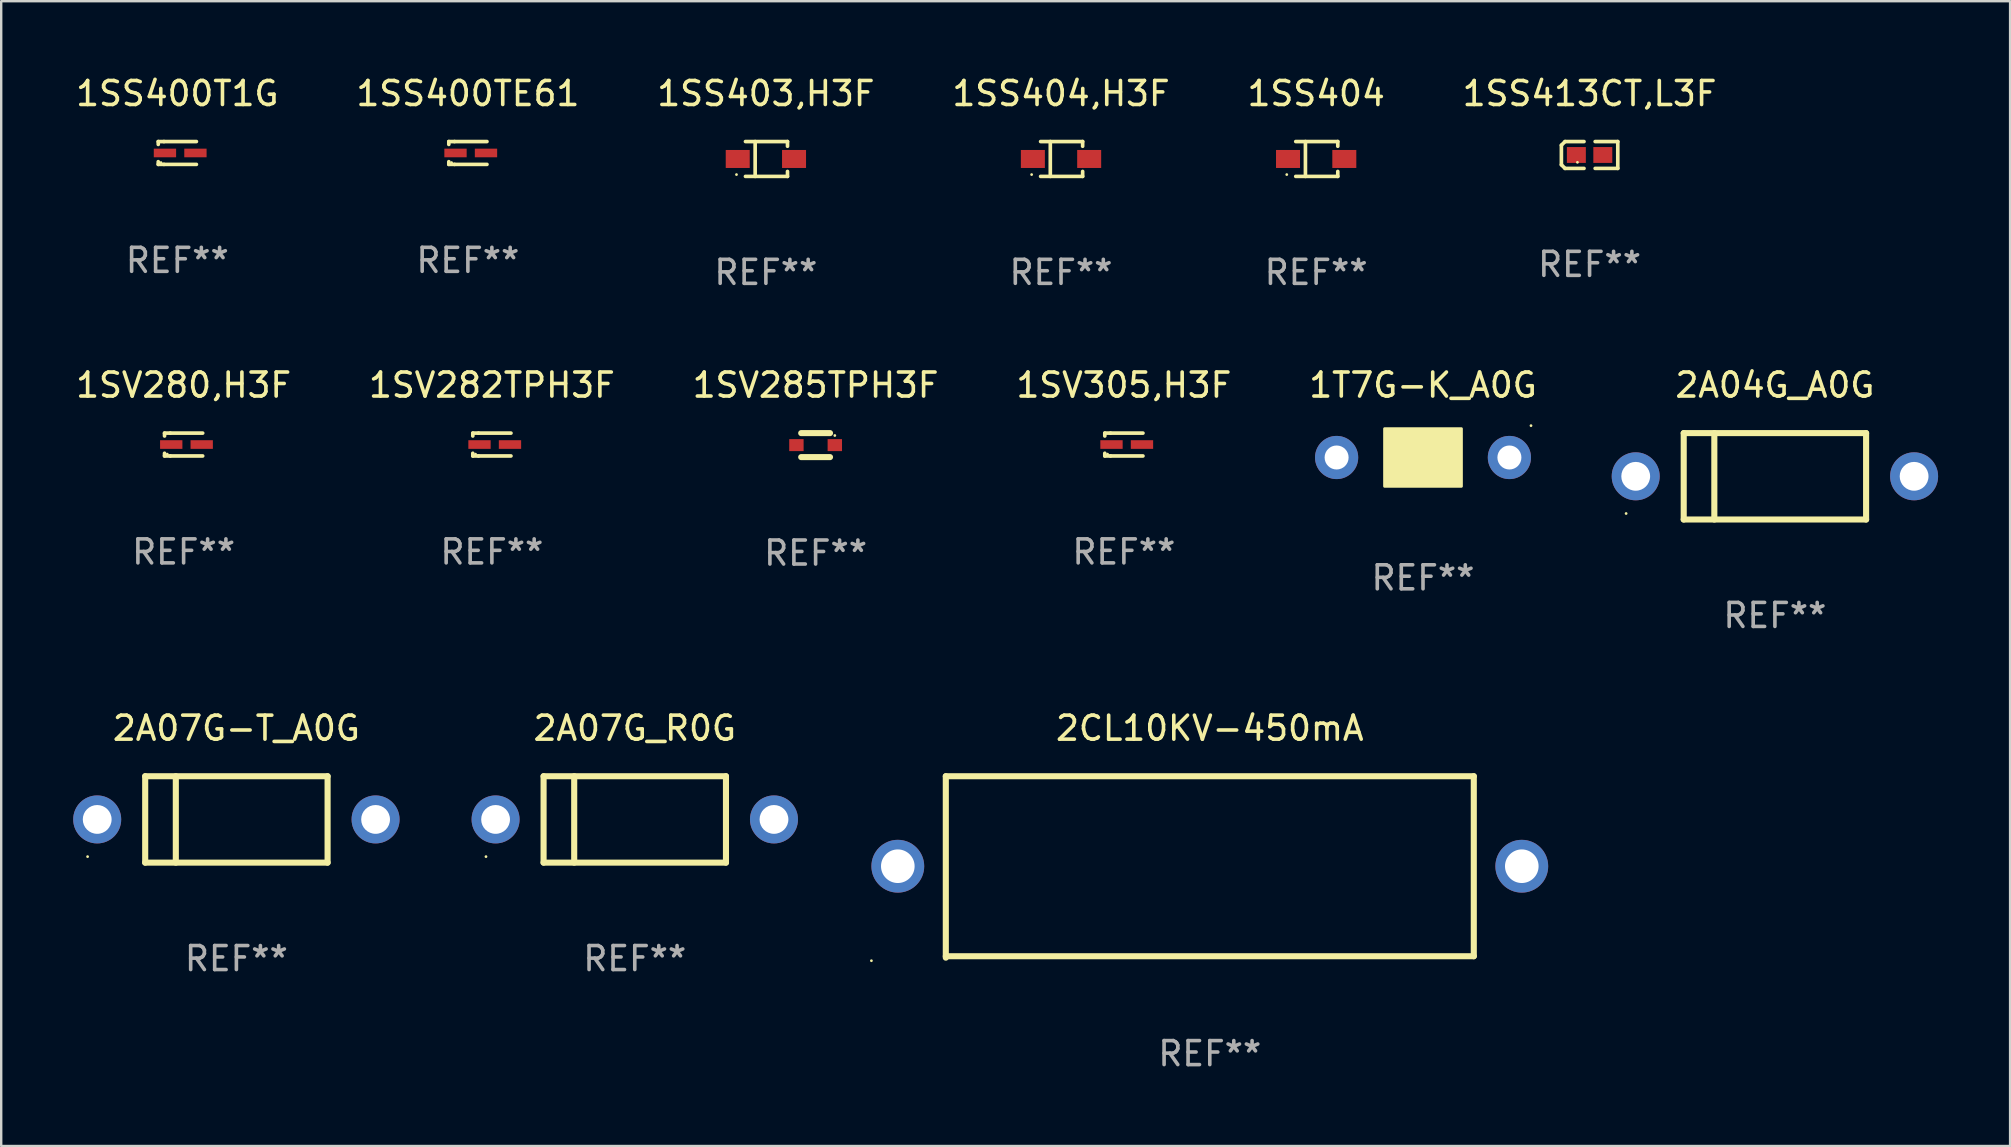
<source format=kicad_pcb>
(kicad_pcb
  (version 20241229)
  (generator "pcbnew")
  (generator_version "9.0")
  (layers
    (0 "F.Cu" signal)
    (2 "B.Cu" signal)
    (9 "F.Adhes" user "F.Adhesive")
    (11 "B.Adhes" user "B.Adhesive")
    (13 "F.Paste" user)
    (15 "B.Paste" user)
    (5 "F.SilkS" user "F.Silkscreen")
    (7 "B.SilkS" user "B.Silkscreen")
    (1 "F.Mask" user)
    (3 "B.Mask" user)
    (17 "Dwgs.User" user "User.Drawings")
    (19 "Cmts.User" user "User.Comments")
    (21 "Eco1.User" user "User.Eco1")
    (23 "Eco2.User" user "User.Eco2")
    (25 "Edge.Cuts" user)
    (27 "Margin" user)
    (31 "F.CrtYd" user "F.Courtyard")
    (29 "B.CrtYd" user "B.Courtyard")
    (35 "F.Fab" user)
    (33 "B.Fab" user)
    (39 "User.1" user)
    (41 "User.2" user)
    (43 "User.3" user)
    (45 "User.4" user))
  (footprint "2CL10KV-450mA"
    (layer "F.Cu")
    (at 47.36 33.074)
    (property "Reference" "2CL10KV-450mA" (at 0 -5.78 0) (layer "F.SilkS") (effects (font (size 1 1) (thickness 0.15))))
    (attr through_hole)
    (fp_line (start -11 -3.78) (end -11 3.78) (stroke (width 0.254) (type solid)) (layer "F.SilkS"))
    (fp_line (start -11 -3.78) (end 11 -3.78) (stroke (width 0.254) (type solid)) (layer "F.SilkS"))
    (fp_line (start -11 3.72) (end 11 3.72) (stroke (width 0.254) (type solid)) (layer "F.SilkS"))
    (fp_line (start 11 -3.78) (end 11 3.72) (stroke (width 0.254) (type solid)) (layer "F.SilkS"))
    (fp_circle (center -14.1 3.907) (end -14.07 3.907) (stroke (width 0.06) (type solid)) (fill no) (layer "F.SilkS"))
    (fp_text user "REF**" (at 0 7.78 0) (layer "F.Fab") (effects (font (size 1 1) (thickness 0.15))))
    (pad "1" thru_hole circle (at -13 -0.03) (size 2.2 2.2) (drill 1.4) (layers "*.Cu" "*.Mask"))
    (pad "2" thru_hole circle (at 13 -0.03) (size 2.2 2.2) (drill 1.4) (layers "*.Cu" "*.Mask")))
  (footprint "1SV285TPH3F"
    (layer "F.Cu")
    (at 30.935 15.497)
    (property "Reference" "1SV285TPH3F" (at 0 -2.5 0) (layer "F.SilkS") (effects (font (size 1 1) (thickness 0.15))))
    (attr through_hole)
    (fp_line (start -0.6 -0.5) (end 0.6 -0.5) (stroke (width 0.254) (type solid)) (layer "F.SilkS"))
    (fp_line (start -0.6 0.5) (end 0.6 0.5) (stroke (width 0.254) (type solid)) (layer "F.SilkS"))
    (fp_circle (center 0.8 -0.4) (end 0.83 -0.4) (stroke (width 0.06) (type solid)) (fill no) (layer "F.SilkS"))
    (fp_text user "REF**" (at 0 4.5 0) (layer "F.Fab") (effects (font (size 1 1) (thickness 0.15))))
    (pad "1" smd rect (at -0.8 0 90) (size 0.5 0.6) (layers "F.Cu" "F.Mask" "F.Paste"))
    (pad "2" smd rect (at 0.8 0 90) (size 0.5 0.6) (layers "F.Cu" "F.Mask" "F.Paste")))
  (footprint "1SS413CT,L3F"
    (layer "F.Cu")
    (at 63.185 3.408)
    (property "Reference" "1SS413CT,L3F" (at 0 -2.559 0) (layer "F.SilkS") (effects (font (size 1 1) (thickness 0.15))))
    (attr through_hole)
    (fp_line (start -1.175 -0.407) (end -1.023 -0.559) (stroke (width 0.152) (type solid)) (layer "F.SilkS"))
    (fp_line (start -1.175 0.407) (end -1.175 -0.407) (stroke (width 0.152) (type solid)) (layer "F.SilkS"))
    (fp_line (start -1.023 -0.559) (end -0.232 -0.559) (stroke (width 0.152) (type solid)) (layer "F.SilkS"))
    (fp_line (start -1.023 0.559) (end -1.175 0.407) (stroke (width 0.152) (type solid)) (layer "F.SilkS"))
    (fp_line (start -0.232 0.559) (end -1.023 0.559) (stroke (width 0.152) (type solid)) (layer "F.SilkS"))
    (fp_line (start 0.232 0.559) (end 1.175 0.559) (stroke (width 0.152) (type solid)) (layer "F.SilkS"))
    (fp_line (start 1.175 -0.559) (end 0.232 -0.559) (stroke (width 0.152) (type solid)) (layer "F.SilkS"))
    (fp_line (start 1.175 0.559) (end 1.175 -0.559) (stroke (width 0.152) (type solid)) (layer "F.SilkS"))
    (fp_circle (center -0.506 0.306) (end -0.476 0.306) (stroke (width 0.06) (type solid)) (fill no) (layer "F.SilkS"))
    (fp_text user "REF**" (at 0 4.559 0) (layer "F.Fab") (effects (font (size 1 1) (thickness 0.15))))
    (pad "1" smd rect (at -0.551 0) (size 0.79 0.661) (layers "F.Cu" "F.Mask" "F.Paste"))
    (pad "2" smd rect (at 0.551 0) (size 0.79 0.661) (layers "F.Cu" "F.Mask" "F.Paste")))
  (footprint "2A07G-T_A0G"
    (layer "F.Cu")
    (at 6.8 31.094)
    (property "Reference" "2A07G-T_A0G" (at 0 -3.8 0) (layer "F.SilkS") (effects (font (size 1 1) (thickness 0.15))))
    (attr through_hole)
    (fp_line (start -3.8 -1.8) (end -3.8 1.8) (stroke (width 0.254) (type solid)) (layer "F.SilkS"))
    (fp_line (start -3.8 -1.8) (end 3.8 -1.8) (stroke (width 0.254) (type solid)) (layer "F.SilkS"))
    (fp_line (start -3.8 1.8) (end 3.8 1.8) (stroke (width 0.254) (type solid)) (layer "F.SilkS"))
    (fp_line (start -2.524 -1.8) (end -2.524 1.8) (stroke (width 0.254) (type solid)) (layer "F.SilkS"))
    (fp_line (start 3.8 -1.8) (end 3.8 1.8) (stroke (width 0.254) (type solid)) (layer "F.SilkS"))
    (fp_circle (center -6.2 1.55) (end -6.17 1.55) (stroke (width 0.06) (type solid)) (fill no) (layer "F.SilkS"))
    (fp_text user "REF**" (at 0 5.8 0) (layer "F.Fab") (effects (font (size 1 1) (thickness 0.15))))
    (pad "1" thru_hole circle (at -5.8 0) (size 2 2) (drill 1.2) (layers "*.Cu" "*.Mask"))
    (pad "2" thru_hole circle (at 5.8 0) (size 2 2) (drill 1.2) (layers "*.Cu" "*.Mask")))
  (footprint "1SS400TE61"
    (layer "F.Cu")
    (at 16.446 3.324)
    (property "Reference" "1SS400TE61" (at 0 -2.476 0) (layer "F.SilkS") (effects (font (size 1 1) (thickness 0.15))))
    (attr through_hole)
    (fp_line (start -0.795 -0.476) (end -0.795 -0.356) (stroke (width 0.152) (type solid)) (layer "F.SilkS"))
    (fp_line (start -0.795 0.363) (end -0.795 0.476) (stroke (width 0.152) (type solid)) (layer "F.SilkS"))
    (fp_line (start -0.795 0.476) (end -0.557 0.476) (stroke (width 0.152) (type solid)) (layer "F.SilkS"))
    (fp_line (start -0.557 -0.476) (end -0.795 -0.476) (stroke (width 0.152) (type solid)) (layer "F.SilkS"))
    (fp_line (start -0.557 -0.476) (end 0.795 -0.476) (stroke (width 0.152) (type solid)) (layer "F.SilkS"))
    (fp_line (start -0.557 0.476) (end 0.795 0.476) (stroke (width 0.152) (type solid)) (layer "F.SilkS"))
    (fp_circle (center -0.681 0.4) (end -0.651 0.4) (stroke (width 0.06) (type solid)) (fill no) (layer "F.SilkS"))
    (fp_text user "REF**" (at 0 4.476 0) (layer "F.Fab") (effects (font (size 1 1) (thickness 0.15))))
    (pad "1" smd rect (at -0.516 0 180) (size 0.93 0.36) (layers "F.Cu" "F.Mask" "F.Paste"))
    (pad "2" smd rect (at 0.754 0 180) (size 0.93 0.36) (layers "F.Cu" "F.Mask" "F.Paste")))
  (footprint "1SV305,H3F"
    (layer "F.Cu")
    (at 43.78 15.473)
    (property "Reference" "1SV305,H3F" (at 0 -2.476 0) (layer "F.SilkS") (effects (font (size 1 1) (thickness 0.15))))
    (attr through_hole)
    (fp_line (start -0.795 -0.476) (end -0.795 -0.356) (stroke (width 0.152) (type solid)) (layer "F.SilkS"))
    (fp_line (start -0.795 0.363) (end -0.795 0.476) (stroke (width 0.152) (type solid)) (layer "F.SilkS"))
    (fp_line (start -0.795 0.476) (end -0.557 0.476) (stroke (width 0.152) (type solid)) (layer "F.SilkS"))
    (fp_line (start -0.557 -0.476) (end -0.795 -0.476) (stroke (width 0.152) (type solid)) (layer "F.SilkS"))
    (fp_line (start -0.557 -0.476) (end 0.795 -0.476) (stroke (width 0.152) (type solid)) (layer "F.SilkS"))
    (fp_line (start -0.557 0.476) (end 0.795 0.476) (stroke (width 0.152) (type solid)) (layer "F.SilkS"))
    (fp_circle (center -0.681 0.4) (end -0.651 0.4) (stroke (width 0.06) (type solid)) (fill no) (layer "F.SilkS"))
    (fp_text user "REF**" (at 0 4.476 0) (layer "F.Fab") (effects (font (size 1 1) (thickness 0.15))))
    (pad "1" smd rect (at -0.516 0 180) (size 0.93 0.36) (layers "F.Cu" "F.Mask" "F.Paste"))
    (pad "2" smd rect (at 0.754 0 180) (size 0.93 0.36) (layers "F.Cu" "F.Mask" "F.Paste")))
  (footprint "1SS404,H3F"
    (layer "F.Cu")
    (at 41.161 3.574)
    (property "Reference" "1SS404,H3F" (at 0 -2.726 0) (layer "F.SilkS") (effects (font (size 1 1) (thickness 0.15))))
    (attr through_hole)
    (fp_line (start -0.851 -0.726) (end 0.901 -0.726) (stroke (width 0.152) (type solid)) (layer "F.SilkS"))
    (fp_line (start -0.851 0.726) (end 0.901 0.726) (stroke (width 0.152) (type solid)) (layer "F.SilkS"))
    (fp_line (start -0.447 -0.726) (end -0.447 0.726) (stroke (width 0.152) (type solid)) (layer "F.SilkS"))
    (fp_line (start 0.901 -0.726) (end 0.901 -0.53) (stroke (width 0.152) (type solid)) (layer "F.SilkS"))
    (fp_line (start 0.901 0.726) (end 0.901 0.52) (stroke (width 0.152) (type solid)) (layer "F.SilkS"))
    (fp_circle (center -1.225 0.65) (end -1.195 0.65) (stroke (width 0.06) (type solid)) (fill no) (layer "F.SilkS"))
    (fp_text user "REF**" (at 0 4.726 0) (layer "F.Fab") (effects (font (size 1 1) (thickness 0.15))))
    (pad "1" smd rect (at -1.173 0) (size 1 0.75) (layers "F.Cu" "F.Mask" "F.Paste"))
    (pad "2" smd rect (at 1.173 0) (size 1 0.75) (layers "F.Cu" "F.Mask" "F.Paste")))
  (footprint "1SS404"
    (layer "F.Cu")
    (at 51.792 3.574)
    (property "Reference" "1SS404" (at 0 -2.726 0) (layer "F.SilkS") (effects (font (size 1 1) (thickness 0.15))))
    (attr through_hole)
    (fp_line (start -0.851 -0.726) (end 0.901 -0.726) (stroke (width 0.152) (type solid)) (layer "F.SilkS"))
    (fp_line (start -0.851 0.726) (end 0.901 0.726) (stroke (width 0.152) (type solid)) (layer "F.SilkS"))
    (fp_line (start -0.447 -0.726) (end -0.447 0.726) (stroke (width 0.152) (type solid)) (layer "F.SilkS"))
    (fp_line (start 0.901 -0.726) (end 0.901 -0.53) (stroke (width 0.152) (type solid)) (layer "F.SilkS"))
    (fp_line (start 0.901 0.726) (end 0.901 0.52) (stroke (width 0.152) (type solid)) (layer "F.SilkS"))
    (fp_circle (center -1.225 0.65) (end -1.195 0.65) (stroke (width 0.06) (type solid)) (fill no) (layer "F.SilkS"))
    (fp_text user "REF**" (at 0 4.726 0) (layer "F.Fab") (effects (font (size 1 1) (thickness 0.15))))
    (pad "1" smd rect (at -1.173 0) (size 1 0.75) (layers "F.Cu" "F.Mask" "F.Paste"))
    (pad "2" smd rect (at 1.173 0) (size 1 0.75) (layers "F.Cu" "F.Mask" "F.Paste")))
  (footprint "1SV280,H3F"
    (layer "F.Cu")
    (at 4.601 15.473)
    (property "Reference" "1SV280,H3F" (at 0 -2.476 0) (layer "F.SilkS") (effects (font (size 1 1) (thickness 0.15))))
    (attr through_hole)
    (fp_line (start -0.795 -0.476) (end -0.795 -0.356) (stroke (width 0.152) (type solid)) (layer "F.SilkS"))
    (fp_line (start -0.795 0.363) (end -0.795 0.476) (stroke (width 0.152) (type solid)) (layer "F.SilkS"))
    (fp_line (start -0.795 0.476) (end -0.557 0.476) (stroke (width 0.152) (type solid)) (layer "F.SilkS"))
    (fp_line (start -0.557 -0.476) (end -0.795 -0.476) (stroke (width 0.152) (type solid)) (layer "F.SilkS"))
    (fp_line (start -0.557 -0.476) (end 0.795 -0.476) (stroke (width 0.152) (type solid)) (layer "F.SilkS"))
    (fp_line (start -0.557 0.476) (end 0.795 0.476) (stroke (width 0.152) (type solid)) (layer "F.SilkS"))
    (fp_circle (center -0.681 0.4) (end -0.651 0.4) (stroke (width 0.06) (type solid)) (fill no) (layer "F.SilkS"))
    (fp_text user "REF**" (at 0 4.476 0) (layer "F.Fab") (effects (font (size 1 1) (thickness 0.15))))
    (pad "1" smd rect (at -0.516 0 180) (size 0.93 0.36) (layers "F.Cu" "F.Mask" "F.Paste"))
    (pad "2" smd rect (at 0.754 0 180) (size 0.93 0.36) (layers "F.Cu" "F.Mask" "F.Paste")))
  (footprint "1T7G-K_A0G"
    (layer "F.Cu")
    (at 56.244 16.013)
    (property "Reference" "1T7G-K_A0G" (at 0 -3.016 0) (layer "F.SilkS") (effects (font (size 1 1) (thickness 0.15))))
    (attr through_hole)
    (fp_line (start 1.016 -1.016) (end 1.016 1.016) (stroke (width 0.254) (type solid)) (layer "F.SilkS"))
    (fp_circle (center 4.5 -1.327) (end 4.53 -1.327) (stroke (width 0.06) (type solid)) (fill no) (layer "F.SilkS"))
    (fp_poly (pts (xy -1.6 -1.2) (xy 1.6 -1.2) (xy 1.6 1.2) (xy -1.6 1.2)) (stroke (width 0.12) (type solid)) (fill yes) (layer "F.SilkS"))
    (fp_text user "REF**" (at 0 5.016 0) (layer "F.Fab") (effects (font (size 1 1) (thickness 0.15))))
    (pad "1" thru_hole circle (at 3.6 0) (size 1.8 1.8) (drill 1) (layers "*.Cu" "*.Mask"))
    (pad "2" thru_hole circle (at -3.6 0) (size 1.8 1.8) (drill 1) (layers "*.Cu" "*.Mask")))
  (footprint "1SV282TPH3F"
    (layer "F.Cu")
    (at 17.446 15.473)
    (property "Reference" "1SV282TPH3F" (at 0 -2.476 0) (layer "F.SilkS") (effects (font (size 1 1) (thickness 0.15))))
    (attr through_hole)
    (fp_line (start -0.795 -0.476) (end -0.795 -0.356) (stroke (width 0.152) (type solid)) (layer "F.SilkS"))
    (fp_line (start -0.795 0.363) (end -0.795 0.476) (stroke (width 0.152) (type solid)) (layer "F.SilkS"))
    (fp_line (start -0.795 0.476) (end -0.557 0.476) (stroke (width 0.152) (type solid)) (layer "F.SilkS"))
    (fp_line (start -0.557 -0.476) (end -0.795 -0.476) (stroke (width 0.152) (type solid)) (layer "F.SilkS"))
    (fp_line (start -0.557 -0.476) (end 0.795 -0.476) (stroke (width 0.152) (type solid)) (layer "F.SilkS"))
    (fp_line (start -0.557 0.476) (end 0.795 0.476) (stroke (width 0.152) (type solid)) (layer "F.SilkS"))
    (fp_circle (center -0.681 0.4) (end -0.651 0.4) (stroke (width 0.06) (type solid)) (fill no) (layer "F.SilkS"))
    (fp_text user "REF**" (at 0 4.476 0) (layer "F.Fab") (effects (font (size 1 1) (thickness 0.15))))
    (pad "1" smd rect (at -0.516 0 180) (size 0.93 0.36) (layers "F.Cu" "F.Mask" "F.Paste"))
    (pad "2" smd rect (at 0.754 0 180) (size 0.93 0.36) (layers "F.Cu" "F.Mask" "F.Paste")))
  (footprint "2A04G_A0G"
    (layer "F.Cu")
    (at 70.907 16.797)
    (property "Reference" "2A04G_A0G" (at 0 -3.8 0) (layer "F.SilkS") (effects (font (size 1 1) (thickness 0.15))))
    (attr through_hole)
    (fp_line (start -3.8 -1.8) (end -3.8 1.8) (stroke (width 0.254) (type solid)) (layer "F.SilkS"))
    (fp_line (start -3.8 -1.8) (end 3.8 -1.8) (stroke (width 0.254) (type solid)) (layer "F.SilkS"))
    (fp_line (start -3.8 1.8) (end 3.8 1.8) (stroke (width 0.254) (type solid)) (layer "F.SilkS"))
    (fp_line (start -2.524 -1.8) (end -2.524 1.8) (stroke (width 0.254) (type solid)) (layer "F.SilkS"))
    (fp_line (start 3.8 -1.8) (end 3.8 1.8) (stroke (width 0.254) (type solid)) (layer "F.SilkS"))
    (fp_circle (center -6.2 1.55) (end -6.17 1.55) (stroke (width 0.06) (type solid)) (fill no) (layer "F.SilkS"))
    (fp_text user "REF**" (at 0 5.8 0) (layer "F.Fab") (effects (font (size 1 1) (thickness 0.15))))
    (pad "1" thru_hole circle (at -5.8 0) (size 2 2) (drill 1.2) (layers "*.Cu" "*.Mask"))
    (pad "2" thru_hole circle (at 5.8 0) (size 2 2) (drill 1.2) (layers "*.Cu" "*.Mask")))
  (footprint "1SS400T1G"
    (layer "F.Cu")
    (at 4.339 3.324)
    (property "Reference" "1SS400T1G" (at 0 -2.476 0) (layer "F.SilkS") (effects (font (size 1 1) (thickness 0.15))))
    (attr through_hole)
    (fp_line (start -0.795 -0.476) (end -0.795 -0.356) (stroke (width 0.152) (type solid)) (layer "F.SilkS"))
    (fp_line (start -0.795 0.363) (end -0.795 0.476) (stroke (width 0.152) (type solid)) (layer "F.SilkS"))
    (fp_line (start -0.795 0.476) (end -0.557 0.476) (stroke (width 0.152) (type solid)) (layer "F.SilkS"))
    (fp_line (start -0.557 -0.476) (end -0.795 -0.476) (stroke (width 0.152) (type solid)) (layer "F.SilkS"))
    (fp_line (start -0.557 -0.476) (end 0.795 -0.476) (stroke (width 0.152) (type solid)) (layer "F.SilkS"))
    (fp_line (start -0.557 0.476) (end 0.795 0.476) (stroke (width 0.152) (type solid)) (layer "F.SilkS"))
    (fp_circle (center -0.681 0.4) (end -0.651 0.4) (stroke (width 0.06) (type solid)) (fill no) (layer "F.SilkS"))
    (fp_text user "REF**" (at 0 4.476 0) (layer "F.Fab") (effects (font (size 1 1) (thickness 0.15))))
    (pad "1" smd rect (at -0.516 0 180) (size 0.93 0.36) (layers "F.Cu" "F.Mask" "F.Paste"))
    (pad "2" smd rect (at 0.754 0 180) (size 0.93 0.36) (layers "F.Cu" "F.Mask" "F.Paste")))
  (footprint "1SS403,H3F"
    (layer "F.Cu")
    (at 28.863 3.574)
    (property "Reference" "1SS403,H3F" (at 0 -2.726 0) (layer "F.SilkS") (effects (font (size 1 1) (thickness 0.15))))
    (attr through_hole)
    (fp_line (start -0.851 -0.726) (end 0.901 -0.726) (stroke (width 0.152) (type solid)) (layer "F.SilkS"))
    (fp_line (start -0.851 0.726) (end 0.901 0.726) (stroke (width 0.152) (type solid)) (layer "F.SilkS"))
    (fp_line (start -0.447 -0.726) (end -0.447 0.726) (stroke (width 0.152) (type solid)) (layer "F.SilkS"))
    (fp_line (start 0.901 -0.726) (end 0.901 -0.53) (stroke (width 0.152) (type solid)) (layer "F.SilkS"))
    (fp_line (start 0.901 0.726) (end 0.901 0.52) (stroke (width 0.152) (type solid)) (layer "F.SilkS"))
    (fp_circle (center -1.225 0.65) (end -1.195 0.65) (stroke (width 0.06) (type solid)) (fill no) (layer "F.SilkS"))
    (fp_text user "REF**" (at 0 4.726 0) (layer "F.Fab") (effects (font (size 1 1) (thickness 0.15))))
    (pad "1" smd rect (at -1.173 0) (size 1 0.75) (layers "F.Cu" "F.Mask" "F.Paste"))
    (pad "2" smd rect (at 1.173 0) (size 1 0.75) (layers "F.Cu" "F.Mask" "F.Paste")))
  (footprint "2A07G_R0G"
    (layer "F.Cu")
    (at 23.4 31.094)
    (property "Reference" "2A07G_R0G" (at 0 -3.8 0) (layer "F.SilkS") (effects (font (size 1 1) (thickness 0.15))))
    (attr through_hole)
    (fp_line (start -3.8 -1.8) (end -3.8 1.8) (stroke (width 0.254) (type solid)) (layer "F.SilkS"))
    (fp_line (start -3.8 -1.8) (end 3.8 -1.8) (stroke (width 0.254) (type solid)) (layer "F.SilkS"))
    (fp_line (start -3.8 1.8) (end 3.8 1.8) (stroke (width 0.254) (type solid)) (layer "F.SilkS"))
    (fp_line (start -2.524 -1.8) (end -2.524 1.8) (stroke (width 0.254) (type solid)) (layer "F.SilkS"))
    (fp_line (start 3.8 -1.8) (end 3.8 1.8) (stroke (width 0.254) (type solid)) (layer "F.SilkS"))
    (fp_circle (center -6.2 1.55) (end -6.17 1.55) (stroke (width 0.06) (type solid)) (fill no) (layer "F.SilkS"))
    (fp_text user "REF**" (at 0 5.8 0) (layer "F.Fab") (effects (font (size 1 1) (thickness 0.15))))
    (pad "1" thru_hole circle (at -5.8 0) (size 2 2) (drill 1.2) (layers "*.Cu" "*.Mask"))
    (pad "2" thru_hole circle (at 5.8 0) (size 2 2) (drill 1.2) (layers "*.Cu" "*.Mask")))
  (gr_rect
    (start -3 -3)
    (end 80.707 44.702)
    (stroke (width 0.1) (type default))
    (fill no)
    (layer "Edge.Cuts")))
</source>
